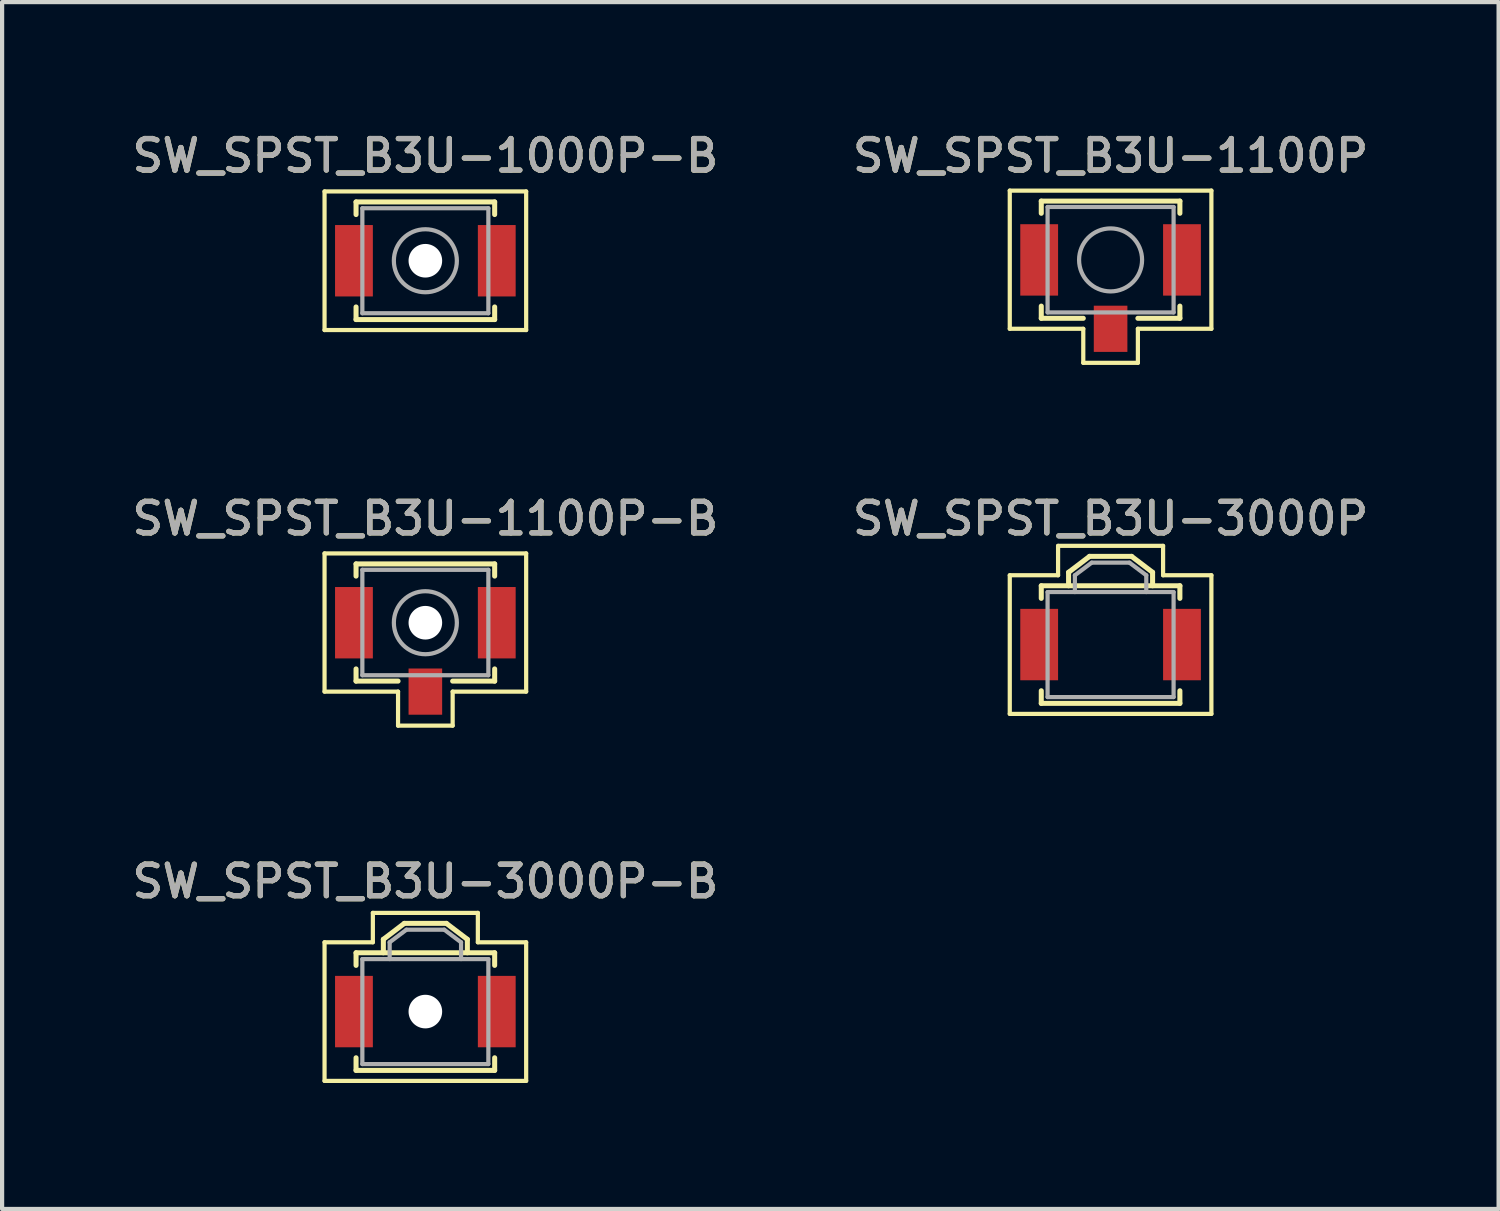
<source format=kicad_pcb>
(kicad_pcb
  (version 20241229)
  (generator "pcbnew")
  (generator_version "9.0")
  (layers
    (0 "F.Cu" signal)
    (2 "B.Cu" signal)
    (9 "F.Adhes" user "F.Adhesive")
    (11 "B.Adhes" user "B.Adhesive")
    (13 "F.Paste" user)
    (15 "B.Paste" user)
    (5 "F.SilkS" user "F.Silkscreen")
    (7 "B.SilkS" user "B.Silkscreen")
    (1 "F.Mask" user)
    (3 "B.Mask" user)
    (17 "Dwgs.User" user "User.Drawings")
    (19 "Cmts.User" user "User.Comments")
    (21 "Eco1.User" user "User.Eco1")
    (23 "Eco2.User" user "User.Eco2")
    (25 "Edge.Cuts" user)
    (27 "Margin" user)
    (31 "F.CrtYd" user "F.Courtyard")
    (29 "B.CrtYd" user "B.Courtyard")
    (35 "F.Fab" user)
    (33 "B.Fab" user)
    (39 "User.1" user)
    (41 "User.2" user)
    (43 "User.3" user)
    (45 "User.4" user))
  (footprint "SW_SPST_B3U-1000P-B"
    (layer "F.Cu")
    (at 7.077 3.158)
    (property "Reference" "SW_SPST_B3U-1000P-B" (at 0 -2.5 0) (layer "F.SilkS") (effects (font (size 0.75 0.75) (thickness 0.125))))
    (attr smd)
    (fp_line (start -2.4 -1.65) (end -2.4 1.65) (stroke (width 0.1) (type solid)) (layer "F.SilkS"))
    (fp_line (start -2.4 1.65) (end 2.4 1.65) (stroke (width 0.1) (type solid)) (layer "F.SilkS"))
    (fp_line (start -1.65 -1.4) (end 1.65 -1.4) (stroke (width 0.12) (type solid)) (layer "F.SilkS"))
    (fp_line (start -1.65 -1.1) (end -1.65 -1.4) (stroke (width 0.12) (type solid)) (layer "F.SilkS"))
    (fp_line (start -1.65 1.1) (end -1.65 1.4) (stroke (width 0.12) (type solid)) (layer "F.SilkS"))
    (fp_line (start -1.65 1.4) (end 1.65 1.4) (stroke (width 0.12) (type solid)) (layer "F.SilkS"))
    (fp_line (start 1.65 -1.4) (end 1.65 -1.1) (stroke (width 0.12) (type solid)) (layer "F.SilkS"))
    (fp_line (start 1.65 1.4) (end 1.65 1.1) (stroke (width 0.12) (type solid)) (layer "F.SilkS"))
    (fp_line (start 2.4 -1.65) (end -2.4 -1.65) (stroke (width 0.1) (type solid)) (layer "F.SilkS"))
    (fp_line (start 2.4 1.65) (end 2.4 -1.65) (stroke (width 0.1) (type solid)) (layer "F.SilkS"))
    (fp_line (start -1.5 -1.25) (end 1.5 -1.25) (stroke (width 0.1) (type solid)) (layer "F.Fab"))
    (fp_line (start -1.5 1.25) (end -1.5 -1.25) (stroke (width 0.1) (type solid)) (layer "F.Fab"))
    (fp_line (start 1.5 -1.25) (end 1.5 1.25) (stroke (width 0.1) (type solid)) (layer "F.Fab"))
    (fp_line (start 1.5 1.25) (end -1.5 1.25) (stroke (width 0.1) (type solid)) (layer "F.Fab"))
    (fp_circle (center 0 0) (end 0.75 0) (stroke (width 0.1) (type solid)) (fill no) (layer "F.Fab"))
    (fp_text user "${REFERENCE}" (at 0 -2.5 0) (layer "F.Fab") (effects (font (size 0.75 0.75) (thickness 0.125))))
    (pad "" np_thru_hole circle (at 0 0) (size 0.8 0.8) (drill 0.8) (layers "*.Cu" "*.Mask"))
    (pad "1" smd rect (at -1.7 0) (size 0.9 1.7) (layers "F.Cu" "F.Mask" "F.Paste"))
    (pad "2" smd rect (at 1.7 0) (size 0.9 1.7) (layers "F.Cu" "F.Mask" "F.Paste")))
  (footprint "SW_SPST_B3U-3000P-B"
    (layer "F.Cu")
    (at 7.077 21.034)
    (property "Reference" "SW_SPST_B3U-3000P-B" (at 0 -3.1 0) (layer "F.SilkS") (effects (font (size 0.75 0.75) (thickness 0.125))))
    (attr smd)
    (fp_line (start -2.4 -1.65) (end -2.4 1.65) (stroke (width 0.1) (type solid)) (layer "F.SilkS"))
    (fp_line (start -2.4 1.65) (end 2.4 1.65) (stroke (width 0.1) (type solid)) (layer "F.SilkS"))
    (fp_line (start -1.65 -1.4) (end 1.65 -1.4) (stroke (width 0.12) (type solid)) (layer "F.SilkS"))
    (fp_line (start -1.65 -1.1) (end -1.65 -1.4) (stroke (width 0.12) (type solid)) (layer "F.SilkS"))
    (fp_line (start -1.65 1.1) (end -1.65 1.4) (stroke (width 0.12) (type solid)) (layer "F.SilkS"))
    (fp_line (start -1.65 1.4) (end 1.65 1.4) (stroke (width 0.12) (type solid)) (layer "F.SilkS"))
    (fp_line (start -1.25 -2.35) (end 1.25 -2.35) (stroke (width 0.1) (type solid)) (layer "F.SilkS"))
    (fp_line (start -1.25 -1.65) (end -2.4 -1.65) (stroke (width 0.1) (type solid)) (layer "F.SilkS"))
    (fp_line (start -1.25 -1.65) (end -1.25 -2.35) (stroke (width 0.1) (type solid)) (layer "F.SilkS"))
    (fp_line (start -1 -1.72) (end -1 -1.4) (stroke (width 0.12) (type solid)) (layer "F.SilkS"))
    (fp_line (start -0.5 -2.1) (end -1 -1.72) (stroke (width 0.12) (type solid)) (layer "F.SilkS"))
    (fp_line (start -0.5 -2.1) (end 0.5 -2.1) (stroke (width 0.12) (type solid)) (layer "F.SilkS"))
    (fp_line (start 0.5 -2.1) (end 1 -1.72) (stroke (width 0.12) (type solid)) (layer "F.SilkS"))
    (fp_line (start 1 -1.72) (end 1 -1.4) (stroke (width 0.12) (type solid)) (layer "F.SilkS"))
    (fp_line (start 1.25 -2.35) (end 1.25 -1.65) (stroke (width 0.1) (type solid)) (layer "F.SilkS"))
    (fp_line (start 1.25 -1.65) (end 2.4 -1.65) (stroke (width 0.1) (type solid)) (layer "F.SilkS"))
    (fp_line (start 1.65 -1.4) (end 1.65 -1.1) (stroke (width 0.12) (type solid)) (layer "F.SilkS"))
    (fp_line (start 1.65 1.4) (end 1.65 1.1) (stroke (width 0.12) (type solid)) (layer "F.SilkS"))
    (fp_line (start 2.4 1.65) (end 2.4 -1.65) (stroke (width 0.1) (type solid)) (layer "F.SilkS"))
    (fp_line (start -1.5 -1.25) (end 1.5 -1.25) (stroke (width 0.1) (type solid)) (layer "F.Fab"))
    (fp_line (start -1.5 1.25) (end -1.5 -1.25) (stroke (width 0.1) (type solid)) (layer "F.Fab"))
    (fp_line (start -0.85 -1.65) (end -0.45 -1.95) (stroke (width 0.1) (type solid)) (layer "F.Fab"))
    (fp_line (start -0.85 -1.25) (end -0.85 -1.65) (stroke (width 0.1) (type solid)) (layer "F.Fab"))
    (fp_line (start -0.45 -1.95) (end 0.45 -1.95) (stroke (width 0.1) (type solid)) (layer "F.Fab"))
    (fp_line (start 0.45 -1.95) (end 0.85 -1.65) (stroke (width 0.1) (type solid)) (layer "F.Fab"))
    (fp_line (start 0.85 -1.65) (end 0.85 -1.25) (stroke (width 0.1) (type solid)) (layer "F.Fab"))
    (fp_line (start 1.5 -1.25) (end 1.5 1.25) (stroke (width 0.1) (type solid)) (layer "F.Fab"))
    (fp_line (start 1.5 1.25) (end -1.5 1.25) (stroke (width 0.1) (type solid)) (layer "F.Fab"))
    (fp_text user "${REFERENCE}" (at 0 -3.1 0) (layer "F.Fab") (effects (font (size 0.75 0.75) (thickness 0.125))))
    (pad "" np_thru_hole circle (at 0 0) (size 0.8 0.8) (drill 0.8) (layers "*.Cu" "*.Mask"))
    (pad "1" smd rect (at -1.7 0) (size 0.9 1.7) (layers "F.Cu" "F.Mask" "F.Paste"))
    (pad "2" smd rect (at 1.7 0) (size 0.9 1.7) (layers "F.Cu" "F.Mask" "F.Paste")))
  (footprint "SW_SPST_B3U-1100P-B"
    (layer "F.Cu")
    (at 7.077 12.596)
    (property "Reference" "SW_SPST_B3U-1100P-B" (at 0 -3.3 0) (layer "F.SilkS") (effects (font (size 0.75 0.75) (thickness 0.125))))
    (attr smd)
    (fp_line (start -2.4 -2.47) (end -2.4 0.82) (stroke (width 0.1) (type solid)) (layer "F.SilkS"))
    (fp_line (start -2.4 0.82) (end -0.65 0.82) (stroke (width 0.1) (type solid)) (layer "F.SilkS"))
    (fp_line (start -1.65 -2.22) (end 1.65 -2.22) (stroke (width 0.12) (type solid)) (layer "F.SilkS"))
    (fp_line (start -1.65 -1.93) (end -1.65 -2.22) (stroke (width 0.12) (type solid)) (layer "F.SilkS"))
    (fp_line (start -1.65 0.28) (end -1.65 0.57) (stroke (width 0.12) (type solid)) (layer "F.SilkS"))
    (fp_line (start -1.65 0.57) (end -0.65 0.57) (stroke (width 0.12) (type solid)) (layer "F.SilkS"))
    (fp_line (start -0.65 0.82) (end -0.65 1.63) (stroke (width 0.1) (type solid)) (layer "F.SilkS"))
    (fp_line (start -0.65 1.63) (end 0.65 1.63) (stroke (width 0.1) (type solid)) (layer "F.SilkS"))
    (fp_line (start 0.65 0.82) (end 2.4 0.82) (stroke (width 0.1) (type solid)) (layer "F.SilkS"))
    (fp_line (start 0.65 1.63) (end 0.65 0.82) (stroke (width 0.1) (type solid)) (layer "F.SilkS"))
    (fp_line (start 1.65 -2.22) (end 1.65 -1.93) (stroke (width 0.12) (type solid)) (layer "F.SilkS"))
    (fp_line (start 1.65 0.57) (end 0.65 0.57) (stroke (width 0.12) (type solid)) (layer "F.SilkS"))
    (fp_line (start 1.65 0.57) (end 1.65 0.28) (stroke (width 0.12) (type solid)) (layer "F.SilkS"))
    (fp_line (start 2.4 -2.47) (end -2.4 -2.47) (stroke (width 0.1) (type solid)) (layer "F.SilkS"))
    (fp_line (start 2.4 0.82) (end 2.4 -2.47) (stroke (width 0.1) (type solid)) (layer "F.SilkS"))
    (fp_line (start -1.5 -2.08) (end 1.5 -2.08) (stroke (width 0.1) (type solid)) (layer "F.Fab"))
    (fp_line (start -1.5 0.43) (end -1.5 -2.08) (stroke (width 0.1) (type solid)) (layer "F.Fab"))
    (fp_line (start 1.5 -2.08) (end 1.5 0.43) (stroke (width 0.1) (type solid)) (layer "F.Fab"))
    (fp_line (start 1.5 0.43) (end -1.5 0.43) (stroke (width 0.1) (type solid)) (layer "F.Fab"))
    (fp_circle (center 0 -0.82) (end 0.75 -0.82) (stroke (width 0.1) (type solid)) (fill no) (layer "F.Fab"))
    (fp_text user "${REFERENCE}" (at 0 -3.3 0) (layer "F.Fab") (effects (font (size 0.75 0.75) (thickness 0.125))))
    (pad "" np_thru_hole circle (at 0 -0.82) (size 0.8 0.8) (drill 0.8) (layers "*.Cu" "*.Mask"))
    (pad "1" smd rect (at -1.7 -0.82) (size 0.9 1.7) (layers "F.Cu" "F.Mask" "F.Paste"))
    (pad "2" smd rect (at 1.7 -0.82) (size 0.9 1.7) (layers "F.Cu" "F.Mask" "F.Paste"))
    (pad "3" smd rect (at 0 0.82) (size 0.8 1.1) (layers "F.Cu" "F.Mask" "F.Paste")))
  (footprint "SW_SPST_B3U-3000P"
    (layer "F.Cu")
    (at 23.391 12.296)
    (property "Reference" "SW_SPST_B3U-3000P" (at 0 -3 0) (layer "F.SilkS") (effects (font (size 0.75 0.75) (thickness 0.125))))
    (attr smd)
    (fp_line (start -2.4 -1.65) (end -2.4 1.65) (stroke (width 0.1) (type solid)) (layer "F.SilkS"))
    (fp_line (start -2.4 1.65) (end 2.4 1.65) (stroke (width 0.1) (type solid)) (layer "F.SilkS"))
    (fp_line (start -1.65 -1.4) (end 1.65 -1.4) (stroke (width 0.12) (type solid)) (layer "F.SilkS"))
    (fp_line (start -1.65 -1.1) (end -1.65 -1.4) (stroke (width 0.12) (type solid)) (layer "F.SilkS"))
    (fp_line (start -1.65 1.1) (end -1.65 1.4) (stroke (width 0.12) (type solid)) (layer "F.SilkS"))
    (fp_line (start -1.65 1.4) (end 1.65 1.4) (stroke (width 0.12) (type solid)) (layer "F.SilkS"))
    (fp_line (start -1.25 -2.35) (end 1.25 -2.35) (stroke (width 0.1) (type solid)) (layer "F.SilkS"))
    (fp_line (start -1.25 -1.65) (end -2.4 -1.65) (stroke (width 0.1) (type solid)) (layer "F.SilkS"))
    (fp_line (start -1.25 -1.65) (end -1.25 -2.35) (stroke (width 0.1) (type solid)) (layer "F.SilkS"))
    (fp_line (start -1 -1.72) (end -1 -1.4) (stroke (width 0.12) (type solid)) (layer "F.SilkS"))
    (fp_line (start -0.5 -2.1) (end -1 -1.72) (stroke (width 0.12) (type solid)) (layer "F.SilkS"))
    (fp_line (start -0.5 -2.1) (end 0.5 -2.1) (stroke (width 0.12) (type solid)) (layer "F.SilkS"))
    (fp_line (start 0.5 -2.1) (end 1 -1.72) (stroke (width 0.12) (type solid)) (layer "F.SilkS"))
    (fp_line (start 1 -1.72) (end 1 -1.4) (stroke (width 0.12) (type solid)) (layer "F.SilkS"))
    (fp_line (start 1.25 -2.35) (end 1.25 -1.65) (stroke (width 0.1) (type solid)) (layer "F.SilkS"))
    (fp_line (start 1.25 -1.65) (end 2.4 -1.65) (stroke (width 0.1) (type solid)) (layer "F.SilkS"))
    (fp_line (start 1.65 -1.4) (end 1.65 -1.1) (stroke (width 0.12) (type solid)) (layer "F.SilkS"))
    (fp_line (start 1.65 1.4) (end 1.65 1.1) (stroke (width 0.12) (type solid)) (layer "F.SilkS"))
    (fp_line (start 2.4 1.65) (end 2.4 -1.65) (stroke (width 0.1) (type solid)) (layer "F.SilkS"))
    (fp_line (start -1.5 -1.25) (end 1.5 -1.25) (stroke (width 0.1) (type solid)) (layer "F.Fab"))
    (fp_line (start -1.5 1.25) (end -1.5 -1.25) (stroke (width 0.1) (type solid)) (layer "F.Fab"))
    (fp_line (start -0.85 -1.65) (end -0.45 -1.95) (stroke (width 0.1) (type solid)) (layer "F.Fab"))
    (fp_line (start -0.85 -1.25) (end -0.85 -1.65) (stroke (width 0.1) (type solid)) (layer "F.Fab"))
    (fp_line (start -0.45 -1.95) (end 0.45 -1.95) (stroke (width 0.1) (type solid)) (layer "F.Fab"))
    (fp_line (start 0.45 -1.95) (end 0.85 -1.65) (stroke (width 0.1) (type solid)) (layer "F.Fab"))
    (fp_line (start 0.85 -1.65) (end 0.85 -1.25) (stroke (width 0.1) (type solid)) (layer "F.Fab"))
    (fp_line (start 1.5 -1.25) (end 1.5 1.25) (stroke (width 0.1) (type solid)) (layer "F.Fab"))
    (fp_line (start 1.5 1.25) (end -1.5 1.25) (stroke (width 0.1) (type solid)) (layer "F.Fab"))
    (fp_text user "${REFERENCE}" (at 0 -3 0) (layer "F.Fab") (effects (font (size 0.75 0.75) (thickness 0.125))))
    (pad "1" smd rect (at -1.7 0) (size 0.9 1.7) (layers "F.Cu" "F.Mask" "F.Paste"))
    (pad "2" smd rect (at 1.7 0) (size 0.9 1.7) (layers "F.Cu" "F.Mask" "F.Paste")))
  (footprint "SW_SPST_B3U-1100P"
    (layer "F.Cu")
    (at 23.391 3.958)
    (property "Reference" "SW_SPST_B3U-1100P" (at 0 -3.3 0) (layer "F.SilkS") (effects (font (size 0.75 0.75) (thickness 0.125))))
    (attr smd)
    (fp_line (start -2.4 -2.47) (end -2.4 0.82) (stroke (width 0.1) (type solid)) (layer "F.SilkS"))
    (fp_line (start -2.4 0.82) (end -0.65 0.82) (stroke (width 0.1) (type solid)) (layer "F.SilkS"))
    (fp_line (start -1.65 -2.22) (end 1.65 -2.22) (stroke (width 0.12) (type solid)) (layer "F.SilkS"))
    (fp_line (start -1.65 -1.93) (end -1.65 -2.22) (stroke (width 0.12) (type solid)) (layer "F.SilkS"))
    (fp_line (start -1.65 0.28) (end -1.65 0.57) (stroke (width 0.12) (type solid)) (layer "F.SilkS"))
    (fp_line (start -1.65 0.57) (end -0.65 0.57) (stroke (width 0.12) (type solid)) (layer "F.SilkS"))
    (fp_line (start -0.65 0.82) (end -0.65 1.63) (stroke (width 0.1) (type solid)) (layer "F.SilkS"))
    (fp_line (start -0.65 1.63) (end 0.65 1.63) (stroke (width 0.1) (type solid)) (layer "F.SilkS"))
    (fp_line (start 0.65 0.82) (end 2.4 0.82) (stroke (width 0.1) (type solid)) (layer "F.SilkS"))
    (fp_line (start 0.65 1.63) (end 0.65 0.82) (stroke (width 0.1) (type solid)) (layer "F.SilkS"))
    (fp_line (start 1.65 -2.22) (end 1.65 -1.93) (stroke (width 0.12) (type solid)) (layer "F.SilkS"))
    (fp_line (start 1.65 0.57) (end 0.65 0.57) (stroke (width 0.12) (type solid)) (layer "F.SilkS"))
    (fp_line (start 1.65 0.57) (end 1.65 0.28) (stroke (width 0.12) (type solid)) (layer "F.SilkS"))
    (fp_line (start 2.4 -2.47) (end -2.4 -2.47) (stroke (width 0.1) (type solid)) (layer "F.SilkS"))
    (fp_line (start 2.4 0.82) (end 2.4 -2.47) (stroke (width 0.1) (type solid)) (layer "F.SilkS"))
    (fp_line (start -1.5 -2.08) (end 1.5 -2.08) (stroke (width 0.1) (type solid)) (layer "F.Fab"))
    (fp_line (start -1.5 0.43) (end -1.5 -2.08) (stroke (width 0.1) (type solid)) (layer "F.Fab"))
    (fp_line (start 1.5 -2.08) (end 1.5 0.43) (stroke (width 0.1) (type solid)) (layer "F.Fab"))
    (fp_line (start 1.5 0.43) (end -1.5 0.43) (stroke (width 0.1) (type solid)) (layer "F.Fab"))
    (fp_circle (center 0 -0.82) (end 0.75 -0.82) (stroke (width 0.1) (type solid)) (fill no) (layer "F.Fab"))
    (fp_text user "${REFERENCE}" (at 0 -3.3 0) (layer "F.Fab") (effects (font (size 0.75 0.75) (thickness 0.125))))
    (pad "1" smd rect (at -1.7 -0.82) (size 0.9 1.7) (layers "F.Cu" "F.Mask" "F.Paste"))
    (pad "2" smd rect (at 1.7 -0.82) (size 0.9 1.7) (layers "F.Cu" "F.Mask" "F.Paste"))
    (pad "3" smd rect (at 0 0.82) (size 0.8 1.1) (layers "F.Cu" "F.Mask" "F.Paste")))
  (gr_rect
    (start -3 -3)
    (end 32.629 25.734)
    (stroke (width 0.1) (type default))
    (fill no)
    (layer "Edge.Cuts")))
</source>
